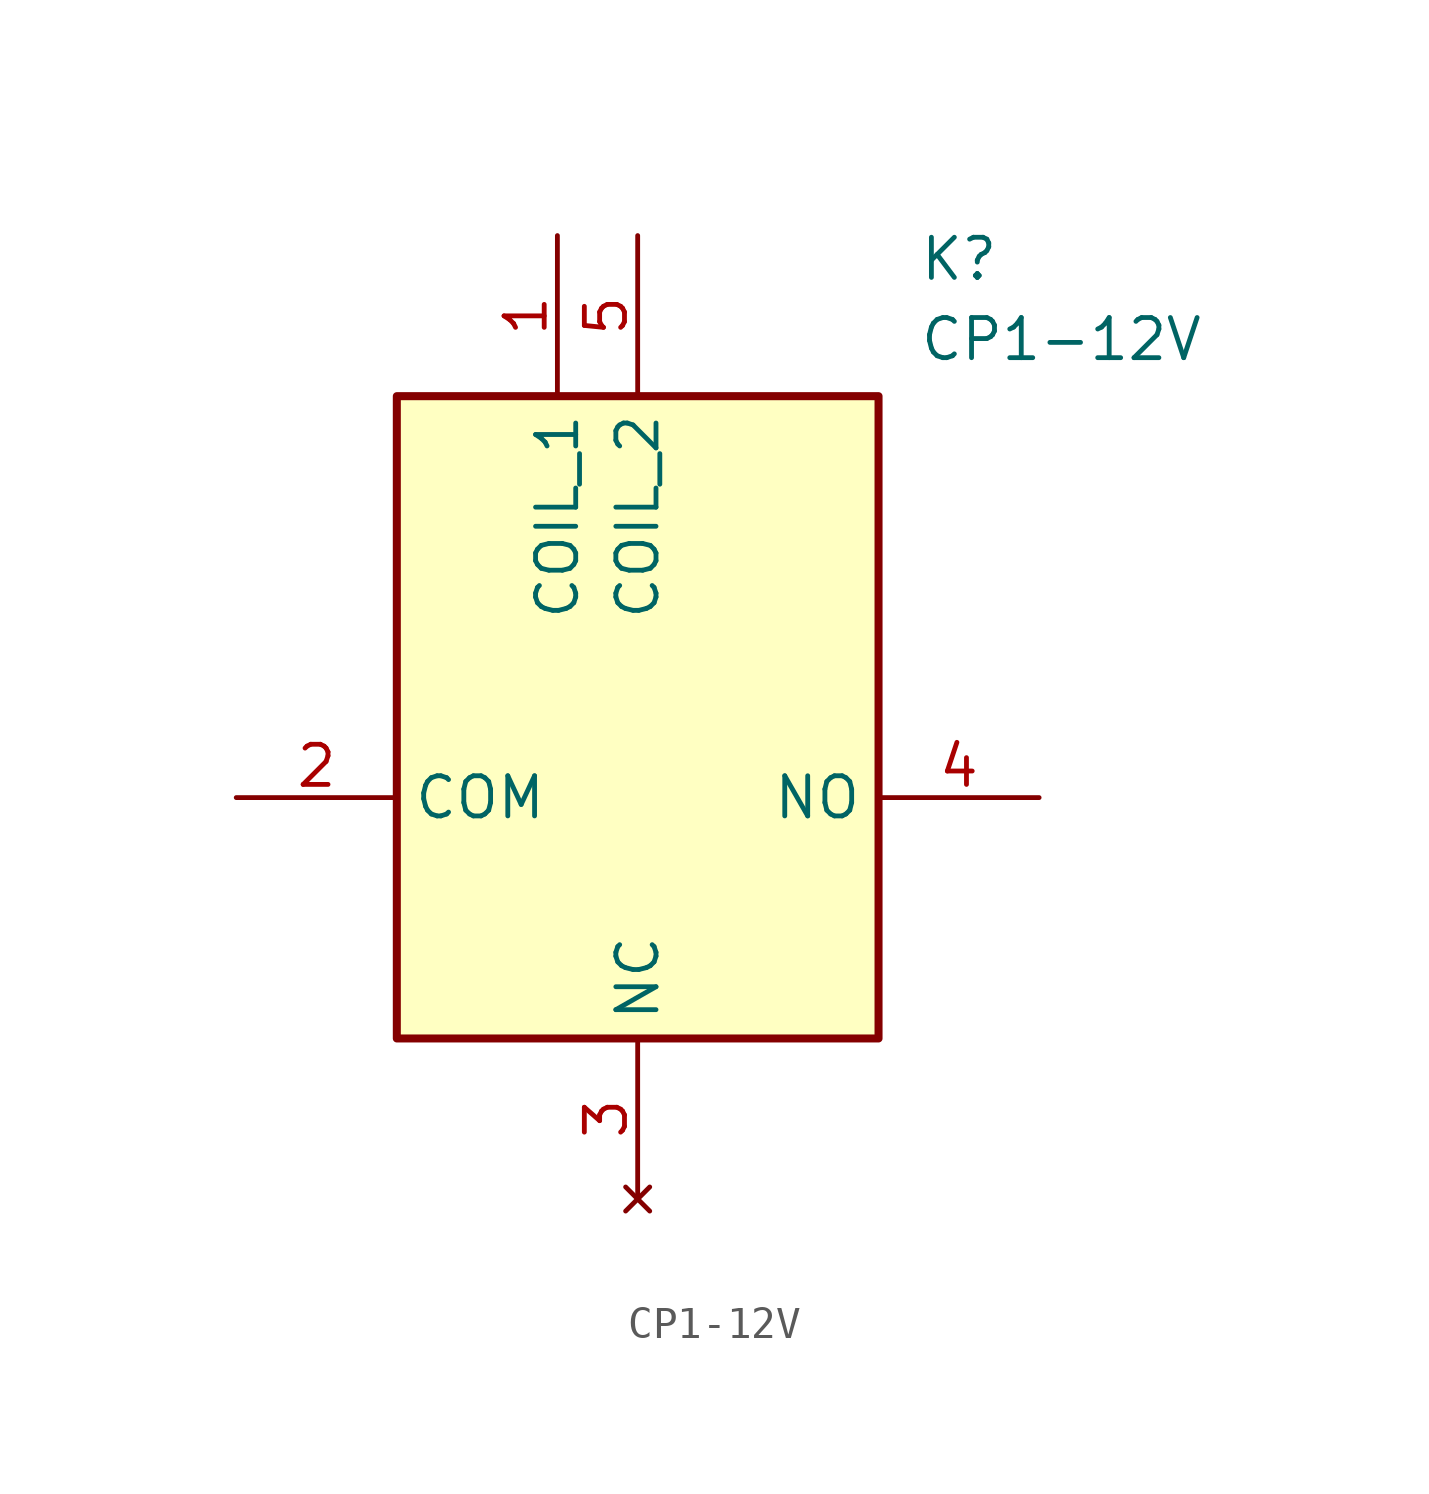
<source format=kicad_sym>
(kicad_symbol_lib
  (version 20211014)
  (generator SamacSys_ECAD_Model)
  (symbol "CP1-12V"
    (property "Reference" "K"
      (at 21.59 17.78 0)
      (effects (font (size 1.27 1.27)) (justify left top)))
    (property "Value" "CP1-12V"
      (at 21.59 15.24 0)
      (effects (font (size 1.27 1.27)) (justify left top)))
    (rectangle
      (start 5.08 12.7)
      (end 20.32 -7.62)
      (stroke (width 0.254) (type default))
      (fill (type background)))
    (pin passive line
      (at 10.16 17.78 270)
      (length 5.08)
      (name "COIL_1" (effects (font (size 1.27 1.27))))
      (number "1" (effects (font (size 1.27 1.27)))))
    (pin passive line
      (at 0 0 0)
      (length 5.08)
      (name "COM" (effects (font (size 1.27 1.27))))
      (number "2" (effects (font (size 1.27 1.27)))))
    (pin no_connect line
      (at 12.7 -12.7 90)
      (length 5.08)
      (name "NC" (effects (font (size 1.27 1.27))))
      (number "3" (effects (font (size 1.27 1.27)))))
    (pin passive line
      (at 25.4 0 180)
      (length 5.08)
      (name "NO" (effects (font (size 1.27 1.27))))
      (number "4" (effects (font (size 1.27 1.27)))))
    (pin passive line
      (at 12.7 17.78 270)
      (length 5.08)
      (name "COIL_2" (effects (font (size 1.27 1.27))))
      (number "5" (effects (font (size 1.27 1.27)))))))
</source>
